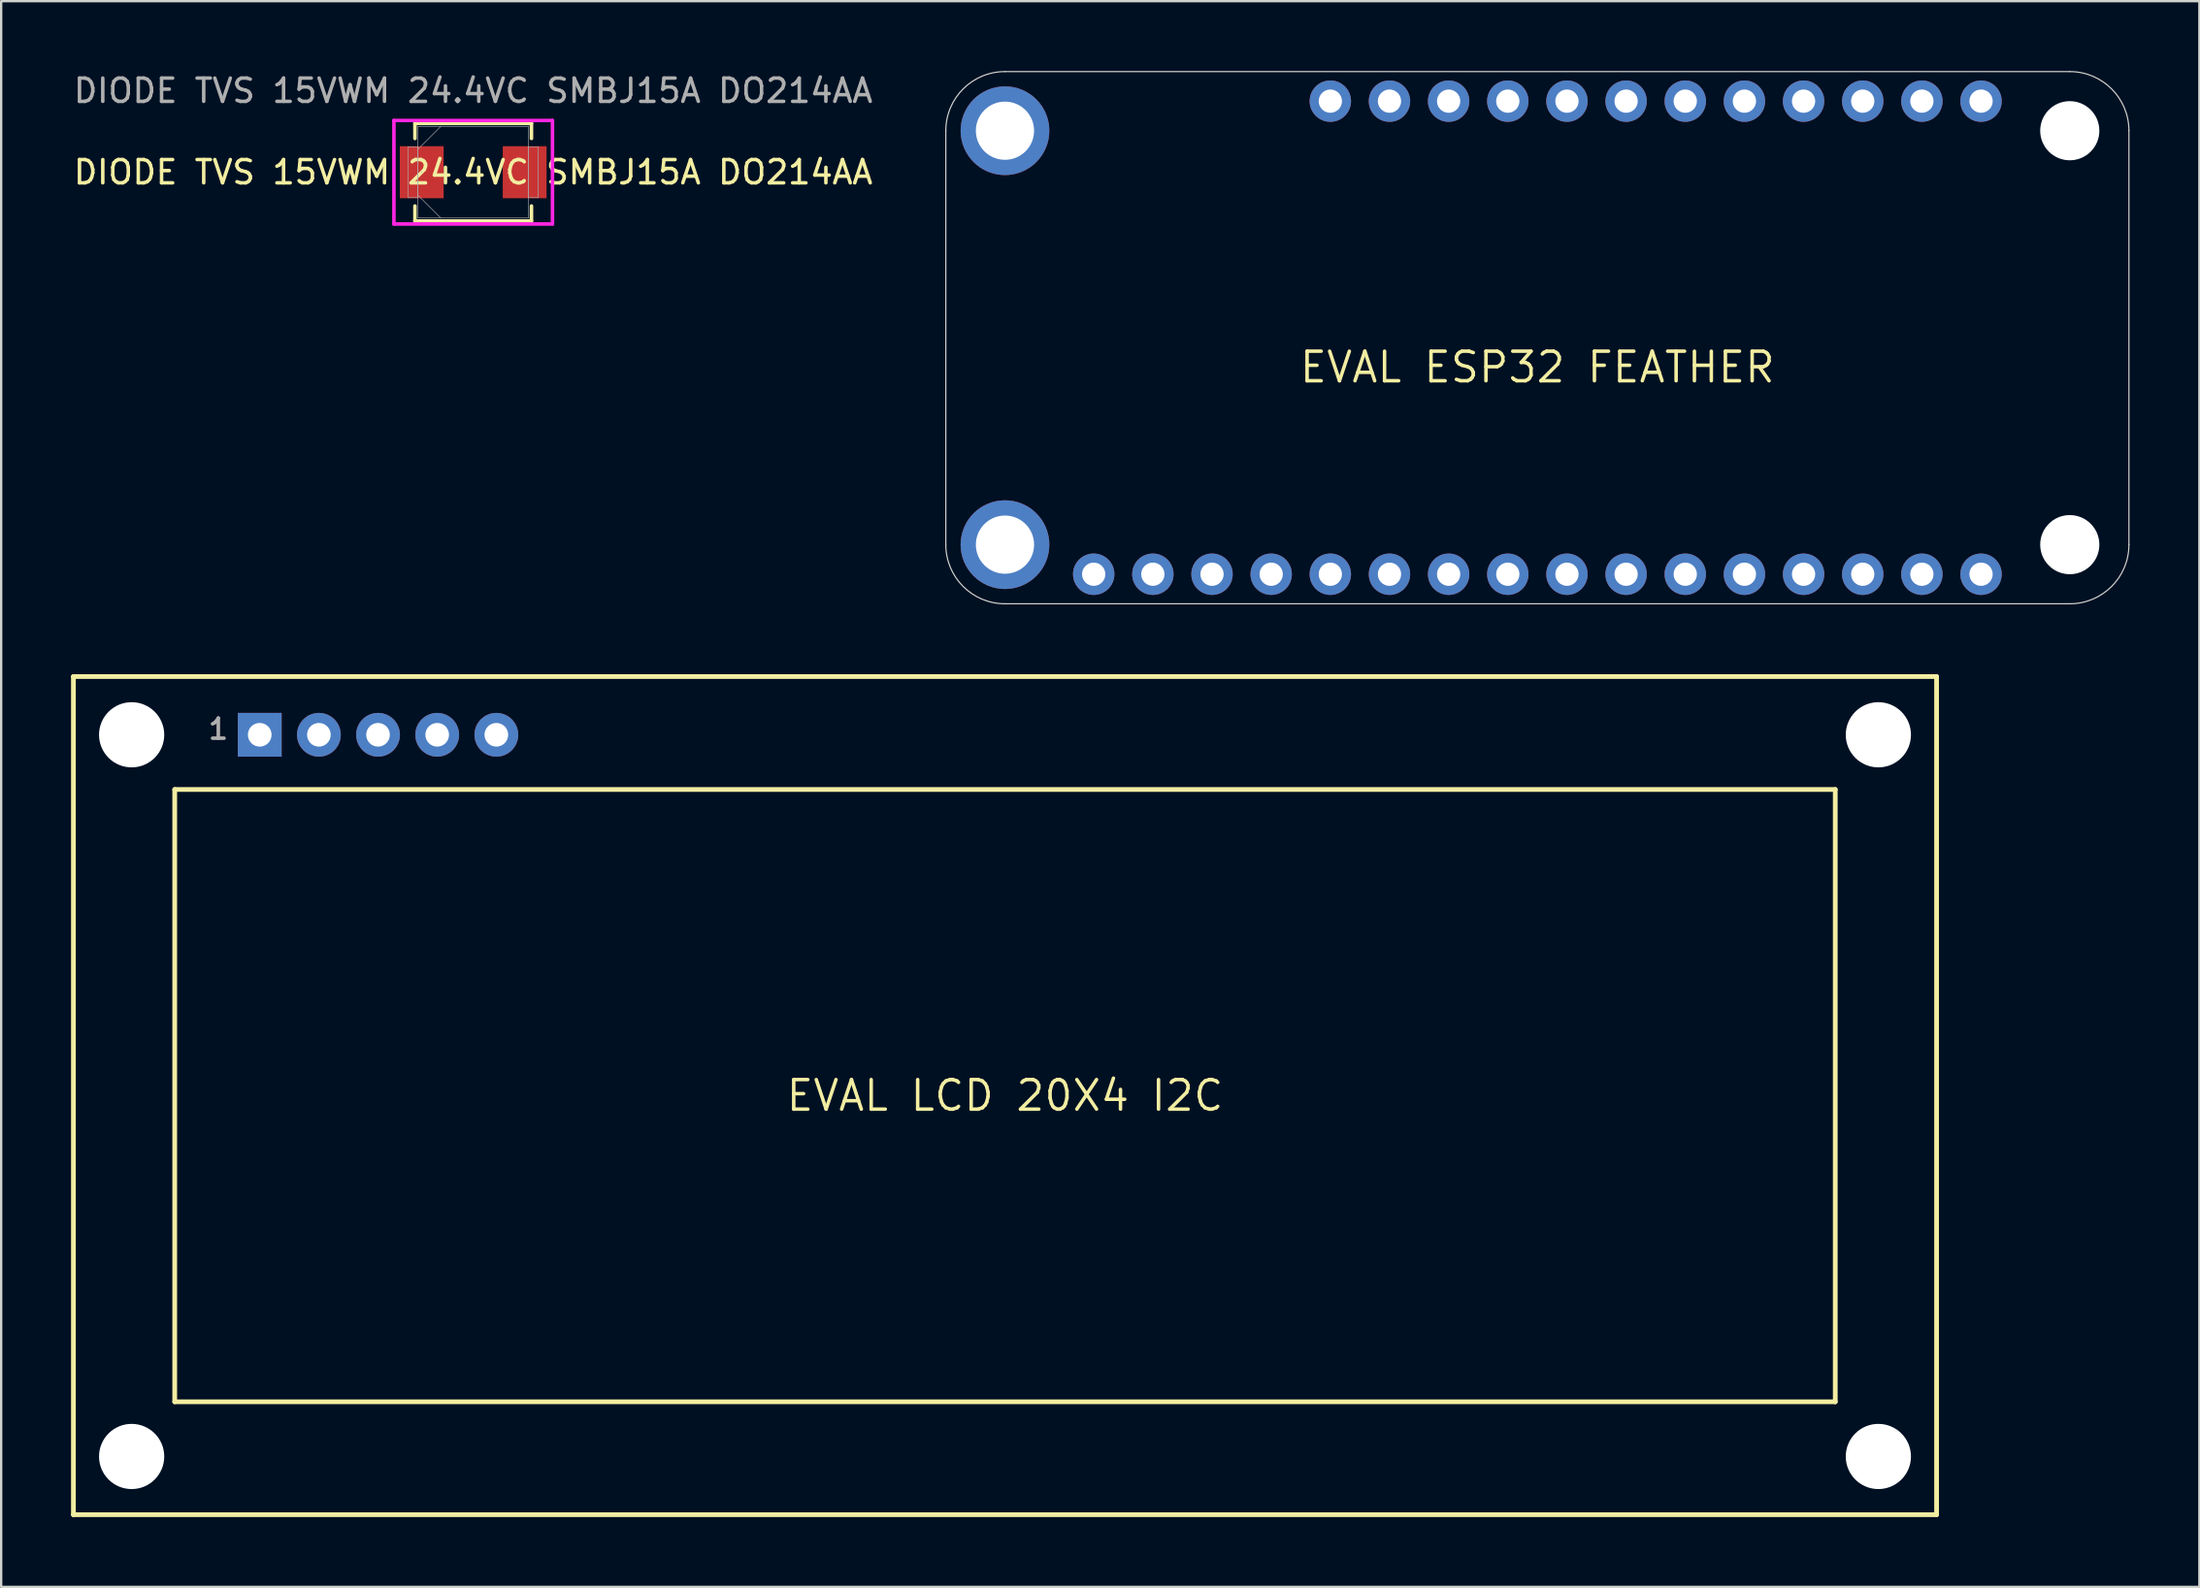
<source format=kicad_pcb>
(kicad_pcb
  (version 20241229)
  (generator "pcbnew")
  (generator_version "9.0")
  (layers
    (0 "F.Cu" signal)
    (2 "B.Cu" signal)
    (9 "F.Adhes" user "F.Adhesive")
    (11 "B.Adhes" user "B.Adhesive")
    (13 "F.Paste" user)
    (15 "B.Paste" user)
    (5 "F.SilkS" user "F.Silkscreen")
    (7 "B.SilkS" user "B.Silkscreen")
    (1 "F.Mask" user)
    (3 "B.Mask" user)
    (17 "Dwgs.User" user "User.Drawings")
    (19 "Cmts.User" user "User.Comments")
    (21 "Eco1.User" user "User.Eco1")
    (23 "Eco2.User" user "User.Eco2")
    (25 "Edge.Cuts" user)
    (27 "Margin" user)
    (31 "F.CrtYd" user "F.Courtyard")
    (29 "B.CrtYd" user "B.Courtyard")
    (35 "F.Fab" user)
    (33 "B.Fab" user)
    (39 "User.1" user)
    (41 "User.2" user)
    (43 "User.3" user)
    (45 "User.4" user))
  (footprint "EVAL ESP32 FEATHER"
    (layer "F.Cu")
    (at 62.961 12.725)
    (property "Reference" "EVAL ESP32 FEATHER" (at 0 0 0) (layer "F.SilkS") (effects (font (size 1.27 1.27) (thickness 0.15))))
    (fp_line (start -25.4 -10.16) (end -25.4 7.62) (stroke (width 0.05) (type solid)) (layer "Edge.Cuts"))
    (fp_line (start -22.86 10.16) (end 22.86 10.16) (stroke (width 0.05) (type solid)) (layer "Edge.Cuts"))
    (fp_line (start 22.86 -12.7) (end -22.86 -12.7) (stroke (width 0.05) (type solid)) (layer "Edge.Cuts"))
    (fp_line (start 25.4 7.62) (end 25.4 -10.16) (stroke (width 0.05) (type solid)) (layer "Edge.Cuts"))
    (fp_arc (start -25.4 -10.16) (mid -24.656051 -11.956051) (end -22.86 -12.7) (stroke (width 0.05) (type solid)) (layer "Edge.Cuts"))
    (fp_arc (start -22.86 10.16) (mid -24.656051 9.416051) (end -25.4 7.62) (stroke (width 0.05) (type solid)) (layer "Edge.Cuts"))
    (fp_arc (start 22.86 -12.7) (mid 24.656051 -11.956051) (end 25.4 -10.16) (stroke (width 0.05) (type solid)) (layer "Edge.Cuts"))
    (fp_arc (start 25.4 7.62) (mid 24.656051 9.416051) (end 22.86 10.16) (stroke (width 0.05) (type solid)) (layer "Edge.Cuts"))
    (pad "" np_thru_hole circle (at 22.86 -10.16) (size 2.54 2.54) (drill 2.54) (layers "*.Cu" "*.Mask"))
    (pad "" np_thru_hole circle (at 22.86 7.62) (size 2.54 2.54) (drill 2.54) (layers "*.Cu" "*.Mask"))
    (pad "1" thru_hole circle (at -19.05 8.89) (size 1.778 1.778) (drill 1) (layers "*.Cu" "*.Mask"))
    (pad "2" thru_hole circle (at -16.51 8.89) (size 1.778 1.778) (drill 1) (layers "*.Cu" "*.Mask"))
    (pad "3" thru_hole circle (at -13.97 8.89) (size 1.778 1.778) (drill 1) (layers "*.Cu" "*.Mask"))
    (pad "4" thru_hole circle (at -11.43 8.89) (size 1.778 1.778) (drill 1) (layers "*.Cu" "*.Mask"))
    (pad "5" thru_hole circle (at -8.89 8.89) (size 1.778 1.778) (drill 1) (layers "*.Cu" "*.Mask"))
    (pad "6" thru_hole circle (at -6.35 8.89) (size 1.778 1.778) (drill 1) (layers "*.Cu" "*.Mask"))
    (pad "7" thru_hole circle (at -3.81 8.89) (size 1.778 1.778) (drill 1) (layers "*.Cu" "*.Mask"))
    (pad "8" thru_hole circle (at -1.27 8.89) (size 1.778 1.778) (drill 1) (layers "*.Cu" "*.Mask"))
    (pad "9" thru_hole circle (at 1.27 8.89) (size 1.778 1.778) (drill 1) (layers "*.Cu" "*.Mask"))
    (pad "10" thru_hole circle (at 3.81 8.89) (size 1.778 1.778) (drill 1) (layers "*.Cu" "*.Mask"))
    (pad "11" thru_hole circle (at 6.35 8.89) (size 1.778 1.778) (drill 1) (layers "*.Cu" "*.Mask"))
    (pad "12" thru_hole circle (at 8.89 8.89) (size 1.778 1.778) (drill 1) (layers "*.Cu" "*.Mask"))
    (pad "13" thru_hole circle (at 11.43 8.89) (size 1.778 1.778) (drill 1) (layers "*.Cu" "*.Mask"))
    (pad "14" thru_hole circle (at 13.97 8.89) (size 1.778 1.778) (drill 1) (layers "*.Cu" "*.Mask"))
    (pad "15" thru_hole circle (at 16.51 8.89) (size 1.778 1.778) (drill 1) (layers "*.Cu" "*.Mask"))
    (pad "16" thru_hole circle (at 19.05 8.89) (size 1.778 1.778) (drill 1) (layers "*.Cu" "*.Mask"))
    (pad "17" thru_hole circle (at 19.05 -11.43) (size 1.778 1.778) (drill 1) (layers "*.Cu" "*.Mask"))
    (pad "18" thru_hole circle (at 16.51 -11.43) (size 1.778 1.778) (drill 1) (layers "*.Cu" "*.Mask"))
    (pad "19" thru_hole circle (at 13.97 -11.43) (size 1.778 1.778) (drill 1) (layers "*.Cu" "*.Mask"))
    (pad "20" thru_hole circle (at 11.43 -11.43) (size 1.778 1.778) (drill 1) (layers "*.Cu" "*.Mask"))
    (pad "21" thru_hole circle (at 8.89 -11.43) (size 1.778 1.778) (drill 1) (layers "*.Cu" "*.Mask"))
    (pad "22" thru_hole circle (at 6.35 -11.43) (size 1.778 1.778) (drill 1) (layers "*.Cu" "*.Mask"))
    (pad "23" thru_hole circle (at 3.81 -11.43) (size 1.778 1.778) (drill 1) (layers "*.Cu" "*.Mask"))
    (pad "24" thru_hole circle (at 1.27 -11.43) (size 1.778 1.778) (drill 1) (layers "*.Cu" "*.Mask"))
    (pad "25" thru_hole circle (at -1.27 -11.43) (size 1.778 1.778) (drill 1) (layers "*.Cu" "*.Mask"))
    (pad "26" thru_hole circle (at -3.81 -11.43) (size 1.778 1.778) (drill 1) (layers "*.Cu" "*.Mask"))
    (pad "27" thru_hole circle (at -6.35 -11.43) (size 1.778 1.778) (drill 1) (layers "*.Cu" "*.Mask"))
    (pad "28" thru_hole circle (at -8.89 -11.43) (size 1.778 1.778) (drill 1) (layers "*.Cu" "*.Mask"))
    (pad "P$1" thru_hole circle (at -22.86 -10.16) (size 3.81 3.81) (drill 2.5) (layers "*.Cu" "*.Mask"))
    (pad "P$2" thru_hole circle (at -22.86 7.62) (size 3.81 3.81) (drill 2.5) (layers "*.Cu" "*.Mask")))
  (footprint "EVAL LCD 20X4 I2C"
    (layer "F.Cu")
    (at 40.102 44.012)
    (property "Reference" "EVAL LCD 20X4 I2C" (at 0 0 0) (layer "F.SilkS") (effects (font (size 1.27 1.27) (thickness 0.15))))
    (fp_line (start -40 -18) (end 40 -18) (stroke (width 0.203) (type solid)) (layer "F.SilkS"))
    (fp_line (start -40 18) (end -40 -18) (stroke (width 0.203) (type solid)) (layer "F.SilkS"))
    (fp_line (start -35.65 -13.15) (end 35.65 -13.15) (stroke (width 0.203) (type solid)) (layer "F.SilkS"))
    (fp_line (start -35.65 13.15) (end -35.65 -13.15) (stroke (width 0.203) (type solid)) (layer "F.SilkS"))
    (fp_line (start 35.65 -13.15) (end 35.65 13.15) (stroke (width 0.203) (type solid)) (layer "F.SilkS"))
    (fp_line (start 35.65 13.15) (end -35.65 13.15) (stroke (width 0.203) (type solid)) (layer "F.SilkS"))
    (fp_line (start 40 -18) (end 40 18) (stroke (width 0.203) (type solid)) (layer "F.SilkS"))
    (fp_line (start 40 18) (end -40 18) (stroke (width 0.203) (type solid)) (layer "F.SilkS"))
    (fp_text user "1" (at -34.29 -15.24 0) (unlocked yes) (layer "F.Fab") (effects (font (size 0.864 0.864) (thickness 0.152)) (justify left bottom)))
    (pad "" np_thru_hole circle (at -37.5 -15.5) (size 2.8 2.8) (drill 2.8) (layers "*.Cu" "*.Mask"))
    (pad "" np_thru_hole circle (at -37.5 15.5) (size 2.8 2.8) (drill 2.8) (layers "*.Cu" "*.Mask"))
    (pad "" np_thru_hole circle (at 37.5 -15.5) (size 2.8 2.8) (drill 2.8) (layers "*.Cu" "*.Mask"))
    (pad "" np_thru_hole circle (at 37.5 15.5) (size 2.8 2.8) (drill 2.8) (layers "*.Cu" "*.Mask"))
    (pad "1" thru_hole rect (at -32 -15.5) (size 1.88 1.88) (drill 1.016) (layers "*.Cu" "*.Mask"))
    (pad "2" thru_hole circle (at -29.46 -15.5) (size 1.88 1.88) (drill 1.016) (layers "*.Cu" "*.Mask"))
    (pad "3" thru_hole circle (at -26.92 -15.5) (size 1.88 1.88) (drill 1.016) (layers "*.Cu" "*.Mask"))
    (pad "4" thru_hole circle (at -24.38 -15.5) (size 1.88 1.88) (drill 1.016) (layers "*.Cu" "*.Mask"))
    (pad "5" thru_hole circle (at -21.84 -15.5) (size 1.88 1.88) (drill 1.016) (layers "*.Cu" "*.Mask")))
  (footprint "DIODE TVS 15VWM 24.4VC SMBJ15A DO214AA"
    (layer "F.Cu")
    (at 17.268 4.348)
    (property "Reference" "DIODE TVS 15VWM 24.4VC SMBJ15A DO214AA" (at 0 0 0) (unlocked yes) (layer "F.SilkS") (effects (font (size 1 1) (thickness 0.15))))
    (attr smd)
    (fp_line (start -2.502 -2.095) (end -2.502 -1.45) (stroke (width 0.152) (type solid)) (layer "F.SilkS"))
    (fp_line (start -2.502 1.45) (end -2.502 2.095) (stroke (width 0.152) (type solid)) (layer "F.SilkS"))
    (fp_line (start -2.502 2.095) (end 2.502 2.095) (stroke (width 0.152) (type solid)) (layer "F.SilkS"))
    (fp_line (start 2.502 -2.095) (end -2.502 -2.095) (stroke (width 0.152) (type solid)) (layer "F.SilkS"))
    (fp_line (start 2.502 -1.45) (end 2.502 -2.095) (stroke (width 0.152) (type solid)) (layer "F.SilkS"))
    (fp_line (start 2.502 2.095) (end 2.502 1.45) (stroke (width 0.152) (type solid)) (layer "F.SilkS"))
    (fp_line (start -3.404 -2.223) (end 3.404 -2.223) (stroke (width 0.152) (type solid)) (layer "F.CrtYd"))
    (fp_line (start -3.404 2.223) (end -3.404 -2.223) (stroke (width 0.152) (type solid)) (layer "F.CrtYd"))
    (fp_line (start 3.404 -2.223) (end 3.404 2.223) (stroke (width 0.152) (type solid)) (layer "F.CrtYd"))
    (fp_line (start 3.404 2.223) (end -3.404 2.223) (stroke (width 0.152) (type solid)) (layer "F.CrtYd"))
    (fp_line (start -2.794 -1.092) (end -2.794 1.092) (stroke (width 0.025) (type solid)) (layer "F.Fab"))
    (fp_line (start -2.794 1.092) (end -2.375 1.092) (stroke (width 0.025) (type solid)) (layer "F.Fab"))
    (fp_line (start -2.375 -1.968) (end -2.375 1.968) (stroke (width 0.025) (type solid)) (layer "F.Fab"))
    (fp_line (start -2.375 -1.092) (end -2.794 -1.092) (stroke (width 0.025) (type solid)) (layer "F.Fab"))
    (fp_line (start -2.375 -0.984) (end -1.391 -1.968) (stroke (width 0.025) (type solid)) (layer "F.Fab"))
    (fp_line (start -2.375 0.984) (end -1.391 1.968) (stroke (width 0.025) (type solid)) (layer "F.Fab"))
    (fp_line (start -2.375 1.092) (end -2.375 -1.092) (stroke (width 0.025) (type solid)) (layer "F.Fab"))
    (fp_line (start -2.375 1.968) (end 2.375 1.968) (stroke (width 0.025) (type solid)) (layer "F.Fab"))
    (fp_line (start 2.375 -1.968) (end -2.375 -1.968) (stroke (width 0.025) (type solid)) (layer "F.Fab"))
    (fp_line (start 2.375 -1.092) (end 2.375 1.092) (stroke (width 0.025) (type solid)) (layer "F.Fab"))
    (fp_line (start 2.375 1.092) (end 2.794 1.092) (stroke (width 0.025) (type solid)) (layer "F.Fab"))
    (fp_line (start 2.375 1.968) (end 2.375 -1.968) (stroke (width 0.025) (type solid)) (layer "F.Fab"))
    (fp_line (start 2.794 -1.092) (end 2.375 -1.092) (stroke (width 0.025) (type solid)) (layer "F.Fab"))
    (fp_line (start 2.794 1.092) (end 2.794 -1.092) (stroke (width 0.025) (type solid)) (layer "F.Fab"))
    (fp_circle (center -2.21 0) (end -2.21 0) (stroke (width 0.025) (type solid)) (fill no) (layer "F.Fab"))
    (fp_text user "${REFERENCE}" (at 0 -3.5 0) (unlocked yes) (layer "F.Fab") (effects (font (size 1 1) (thickness 0.15))))
    (pad "1" smd rect (at -2.21 0) (size 1.88 2.235) (layers "F.Cu" "F.Mask" "F.Paste"))
    (pad "2" smd rect (at 2.21 0) (size 1.88 2.235) (layers "F.Cu" "F.Mask" "F.Paste"))
    (zone (net_name "") (layer "F.Cu") (hatch full 0.508) (connect_pads) (min_thickness 0.254) (filled_areas_thickness no) (keepout (tracks not_allowed) (vias not_allowed) (pads allowed) (copperpour not_allowed) (footprints allowed)) (placement (enabled no)) (fill) (polygon (pts (xy 16.049 2.431) (xy 18.487 2.431) (xy 18.487 6.266) (xy 16.049 6.266)))))
  (gr_rect
    (start -3 -3)
    (end 91.386 65.113)
    (stroke (width 0.1) (type default))
    (fill no)
    (layer "Edge.Cuts")))
</source>
